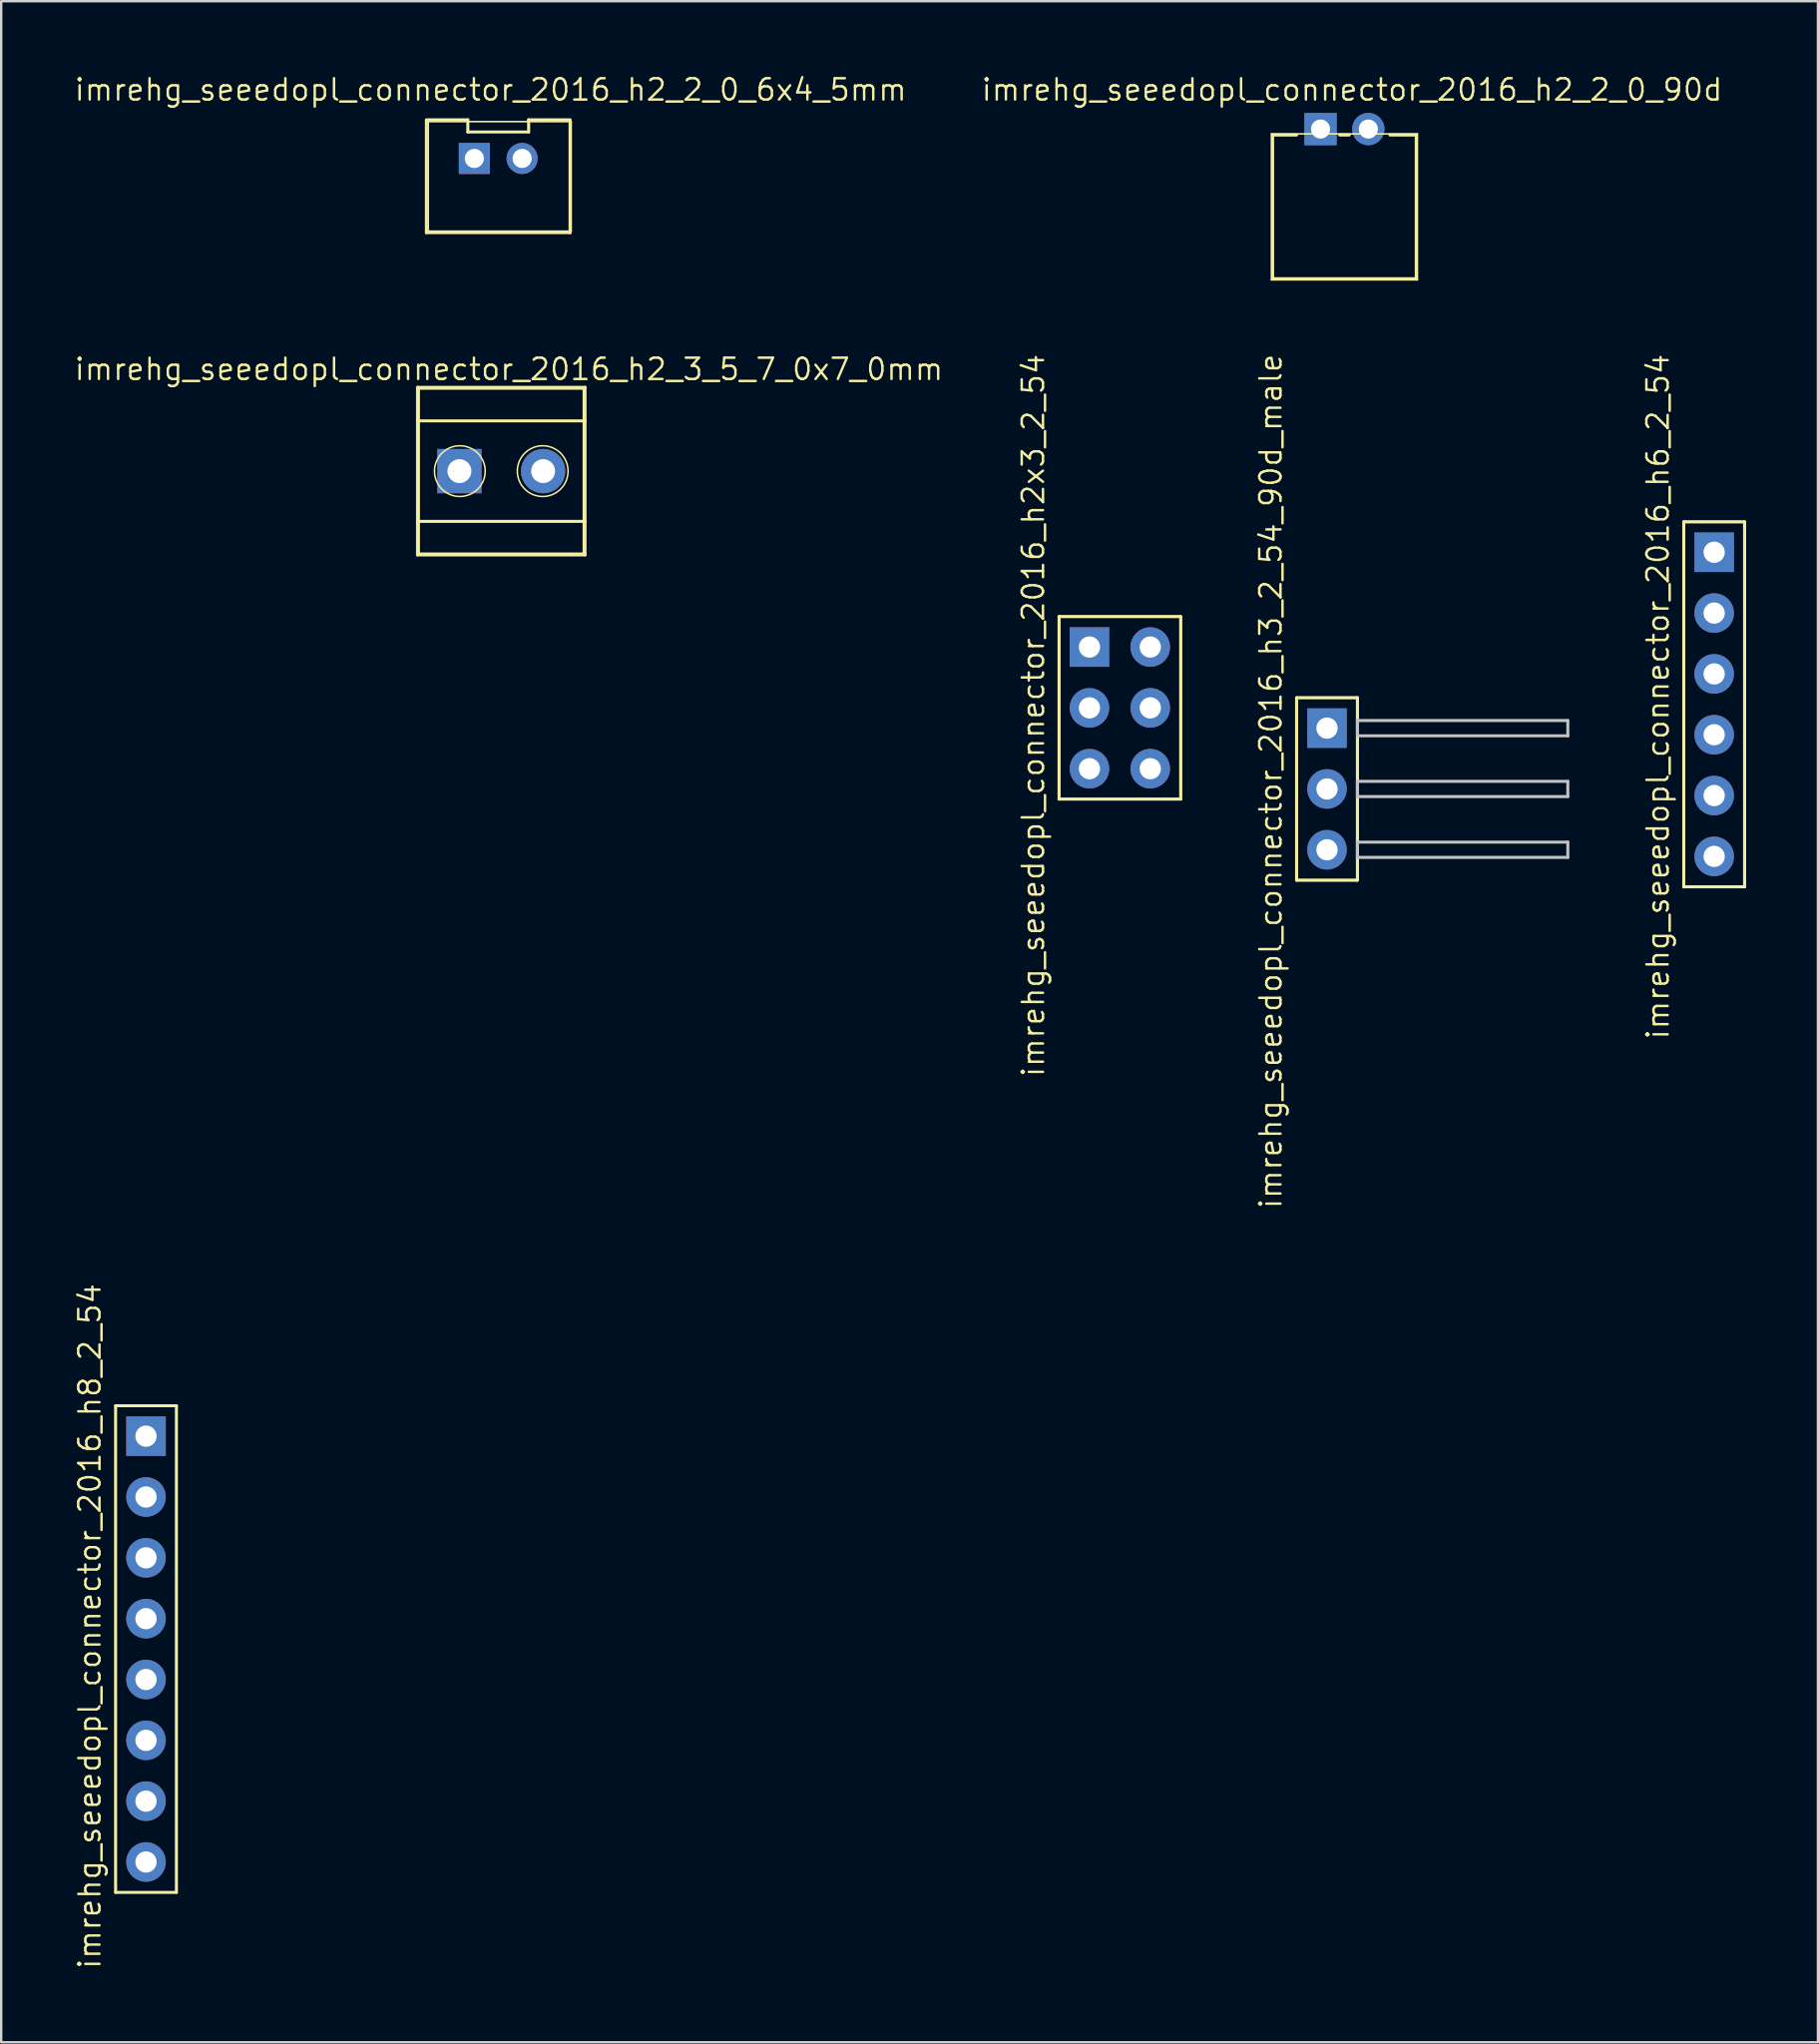
<source format=kicad_pcb>
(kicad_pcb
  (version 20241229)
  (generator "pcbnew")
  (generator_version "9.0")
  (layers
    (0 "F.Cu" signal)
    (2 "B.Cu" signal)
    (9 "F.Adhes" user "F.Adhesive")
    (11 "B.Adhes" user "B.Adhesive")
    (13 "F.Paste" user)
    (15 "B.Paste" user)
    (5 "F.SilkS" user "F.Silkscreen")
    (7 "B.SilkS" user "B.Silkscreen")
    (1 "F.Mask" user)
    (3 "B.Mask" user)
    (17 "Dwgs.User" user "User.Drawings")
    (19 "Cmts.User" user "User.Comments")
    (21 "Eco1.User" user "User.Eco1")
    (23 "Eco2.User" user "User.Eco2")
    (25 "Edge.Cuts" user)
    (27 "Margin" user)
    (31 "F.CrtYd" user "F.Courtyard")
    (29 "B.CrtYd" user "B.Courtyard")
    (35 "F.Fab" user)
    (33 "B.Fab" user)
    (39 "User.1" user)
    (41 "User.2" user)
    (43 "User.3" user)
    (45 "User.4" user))
  (footprint "imrehg_seeedopl_connector_2016_h2_3_5_7_0x7_0mm"
    (layer "F.Cu")
    (at 17.886 16.622)
    (property "Reference" "imrehg_seeedopl_connector_2016_h2_3_5_7_0x7_0mm" (at 0.318 -4.255 0) (layer "F.SilkS") (effects (font (size 0.889 0.889) (thickness 0.102))))
    (attr exclude_from_pos_files exclude_from_bom)
    (fp_line (start -3.498 -3.498) (end 3.498 -3.498) (stroke (width 0.127) (type solid)) (layer "F.SilkS"))
    (fp_line (start -3.498 -2.098) (end -3.498 -3.498) (stroke (width 0.127) (type solid)) (layer "F.SilkS"))
    (fp_line (start -3.498 -2.098) (end 3.498 -2.098) (stroke (width 0.127) (type solid)) (layer "F.SilkS"))
    (fp_line (start -3.498 2.098) (end -3.498 -2.098) (stroke (width 0.127) (type solid)) (layer "F.SilkS"))
    (fp_line (start -3.498 2.098) (end 3.498 2.098) (stroke (width 0.127) (type solid)) (layer "F.SilkS"))
    (fp_line (start -3.498 3.498) (end -3.498 2.098) (stroke (width 0.127) (type solid)) (layer "F.SilkS"))
    (fp_line (start -3.429 -3.429) (end 3.429 -3.429) (stroke (width 0.066) (type solid)) (layer "F.SilkS"))
    (fp_line (start -3.429 3.429) (end -3.429 -3.429) (stroke (width 0.066) (type solid)) (layer "F.SilkS"))
    (fp_line (start -3.429 3.429) (end 3.429 3.429) (stroke (width 0.066) (type solid)) (layer "F.SilkS"))
    (fp_line (start 3.429 3.429) (end 3.429 -3.429) (stroke (width 0.066) (type solid)) (layer "F.SilkS"))
    (fp_line (start 3.498 -3.498) (end 3.498 -2.098) (stroke (width 0.127) (type solid)) (layer "F.SilkS"))
    (fp_line (start 3.498 -2.098) (end 3.498 2.098) (stroke (width 0.127) (type solid)) (layer "F.SilkS"))
    (fp_line (start 3.498 2.098) (end 3.498 3.498) (stroke (width 0.127) (type solid)) (layer "F.SilkS"))
    (fp_line (start 3.498 3.498) (end -3.498 3.498) (stroke (width 0.127) (type solid)) (layer "F.SilkS"))
    (fp_circle (center -1.73 0) (end -2.479 0.749) (stroke (width 0.064) (type solid)) (fill no) (layer "F.SilkS"))
    (fp_circle (center 1.73 0) (end 2.479 0.749) (stroke (width 0.064) (type solid)) (fill no) (layer "F.SilkS"))
    (pad "1" thru_hole rect (at -1.748 0) (size 1.849 1.849) (drill 0.998) (layers "*.Cu" "*.Paste" "*.Mask"))
    (pad "2" thru_hole circle (at 1.748 0) (size 1.849 1.849) (drill 0.998) (layers "*.Cu" "*.Paste" "*.Mask")))
  (footprint "imrehg_seeedopl_connector_2016_h6_2_54"
    (layer "F.Cu")
    (at 68.543 26.359)
    (property "Reference" "imrehg_seeedopl_connector_2016_h6_2_54" (at -2.349 -0.318 90) (layer "F.SilkS") (effects (font (size 0.889 0.889) (thickness 0.102))))
    (attr exclude_from_pos_files exclude_from_bom)
    (fp_line (start -1.27 -7.62) (end 1.27 -7.62) (stroke (width 0.066) (type solid)) (layer "F.SilkS"))
    (fp_line (start -1.27 -7.62) (end 1.27 -7.62) (stroke (width 0.1) (type solid)) (layer "F.SilkS"))
    (fp_line (start -1.27 -7.62) (end 1.27 -7.62) (stroke (width 0.127) (type solid)) (layer "F.SilkS"))
    (fp_line (start -1.27 7.62) (end -1.27 -7.62) (stroke (width 0.066) (type solid)) (layer "F.SilkS"))
    (fp_line (start -1.27 7.62) (end -1.27 -7.62) (stroke (width 0.1) (type solid)) (layer "F.SilkS"))
    (fp_line (start -1.27 7.62) (end -1.27 -7.62) (stroke (width 0.127) (type solid)) (layer "F.SilkS"))
    (fp_line (start -1.27 7.62) (end 1.27 7.62) (stroke (width 0.066) (type solid)) (layer "F.SilkS"))
    (fp_line (start 1.27 -7.62) (end 1.27 7.62) (stroke (width 0.1) (type solid)) (layer "F.SilkS"))
    (fp_line (start 1.27 -7.62) (end 1.27 7.62) (stroke (width 0.127) (type solid)) (layer "F.SilkS"))
    (fp_line (start 1.27 7.62) (end -1.27 7.62) (stroke (width 0.1) (type solid)) (layer "F.SilkS"))
    (fp_line (start 1.27 7.62) (end -1.27 7.62) (stroke (width 0.127) (type solid)) (layer "F.SilkS"))
    (fp_line (start 1.27 7.62) (end 1.27 -7.62) (stroke (width 0.066) (type solid)) (layer "F.SilkS"))
    (pad "1" thru_hole rect (at 0 -6.35) (size 1.651 1.651) (drill 0.889) (layers "*.Cu" "*.Paste" "*.Mask"))
    (pad "2" thru_hole circle (at 0 -3.81) (size 1.651 1.651) (drill 0.889) (layers "*.Cu" "*.Paste" "*.Mask"))
    (pad "3" thru_hole circle (at 0 -1.27) (size 1.651 1.651) (drill 0.889) (layers "*.Cu" "*.Paste" "*.Mask"))
    (pad "4" thru_hole circle (at 0 1.27) (size 1.651 1.651) (drill 0.889) (layers "*.Cu" "*.Paste" "*.Mask"))
    (pad "5" thru_hole circle (at 0 3.81) (size 1.651 1.651) (drill 0.889) (layers "*.Cu" "*.Paste" "*.Mask"))
    (pad "6" thru_hole circle (at 0 6.35) (size 1.651 1.651) (drill 0.889) (layers "*.Cu" "*.Paste" "*.Mask")))
  (footprint "imrehg_seeedopl_connector_2016_h2x3_2_54"
    (layer "F.Cu")
    (at 43.722 26.507)
    (property "Reference" "imrehg_seeedopl_connector_2016_h2x3_2_54" (at -3.617 0.318 90) (layer "F.SilkS") (effects (font (size 0.889 0.889) (thickness 0.102))))
    (attr exclude_from_pos_files exclude_from_bom)
    (fp_line (start -2.54 -3.81) (end 2.54 -3.81) (stroke (width 0.066) (type solid)) (layer "F.SilkS"))
    (fp_line (start -2.54 -3.81) (end 2.54 -3.81) (stroke (width 0.1) (type solid)) (layer "F.SilkS"))
    (fp_line (start -2.54 -3.81) (end 2.54 -3.81) (stroke (width 0.127) (type solid)) (layer "F.SilkS"))
    (fp_line (start -2.54 3.81) (end -2.54 -3.81) (stroke (width 0.066) (type solid)) (layer "F.SilkS"))
    (fp_line (start -2.54 3.81) (end -2.54 -3.81) (stroke (width 0.1) (type solid)) (layer "F.SilkS"))
    (fp_line (start -2.54 3.81) (end -2.54 -3.81) (stroke (width 0.127) (type solid)) (layer "F.SilkS"))
    (fp_line (start -2.54 3.81) (end 2.54 3.81) (stroke (width 0.066) (type solid)) (layer "F.SilkS"))
    (fp_line (start 2.54 -3.81) (end 2.54 3.81) (stroke (width 0.1) (type solid)) (layer "F.SilkS"))
    (fp_line (start 2.54 -3.81) (end 2.54 3.81) (stroke (width 0.127) (type solid)) (layer "F.SilkS"))
    (fp_line (start 2.54 3.81) (end -2.54 3.81) (stroke (width 0.1) (type solid)) (layer "F.SilkS"))
    (fp_line (start 2.54 3.81) (end -2.54 3.81) (stroke (width 0.127) (type solid)) (layer "F.SilkS"))
    (fp_line (start 2.54 3.81) (end 2.54 -3.81) (stroke (width 0.066) (type solid)) (layer "F.SilkS"))
    (pad "1" thru_hole rect (at -1.27 -2.54) (size 1.651 1.651) (drill 0.889) (layers "*.Cu" "*.Paste" "*.Mask"))
    (pad "2" thru_hole circle (at -1.27 0) (size 1.651 1.651) (drill 0.889) (layers "*.Cu" "*.Paste" "*.Mask"))
    (pad "3" thru_hole circle (at -1.27 2.54) (size 1.651 1.651) (drill 0.889) (layers "*.Cu" "*.Paste" "*.Mask"))
    (pad "4" thru_hole circle (at 1.27 2.54) (size 1.651 1.651) (drill 0.889) (layers "*.Cu" "*.Paste" "*.Mask"))
    (pad "5" thru_hole circle (at 1.27 0) (size 1.651 1.651) (drill 0.889) (layers "*.Cu" "*.Paste" "*.Mask"))
    (pad "6" thru_hole circle (at 1.27 -2.54) (size 1.651 1.651) (drill 0.889) (layers "*.Cu" "*.Paste" "*.Mask")))
  (footprint "imrehg_seeedopl_connector_2016_h2_2_0_6x4_5mm"
    (layer "F.Cu")
    (at 17.759 4.315)
    (property "Reference" "imrehg_seeedopl_connector_2016_h2_2_0_6x4_5mm" (at -0.318 -3.617 0) (layer "F.SilkS") (effects (font (size 0.889 0.889) (thickness 0.102))))
    (attr exclude_from_pos_files exclude_from_bom)
    (fp_line (start -3 2.349) (end -3 -2.349) (stroke (width 0.127) (type solid)) (layer "F.SilkS"))
    (fp_line (start -2.997 -2.362) (end -1.27 -2.362) (stroke (width 0.127) (type solid)) (layer "F.SilkS"))
    (fp_line (start -2.921 -2.286) (end 3.048 -2.286) (stroke (width 0.066) (type solid)) (layer "F.SilkS"))
    (fp_line (start -2.921 2.286) (end -2.921 -2.286) (stroke (width 0.066) (type solid)) (layer "F.SilkS"))
    (fp_line (start -2.921 2.286) (end 3.048 2.286) (stroke (width 0.066) (type solid)) (layer "F.SilkS"))
    (fp_line (start -1.27 -2.362) (end -1.27 -1.854) (stroke (width 0.127) (type solid)) (layer "F.SilkS"))
    (fp_line (start -1.27 -1.854) (end 1.27 -1.854) (stroke (width 0.127) (type solid)) (layer "F.SilkS"))
    (fp_line (start 1.27 -1.854) (end 1.27 -2.362) (stroke (width 0.127) (type solid)) (layer "F.SilkS"))
    (fp_line (start 2.997 -2.362) (end 1.27 -2.362) (stroke (width 0.127) (type solid)) (layer "F.SilkS"))
    (fp_line (start 3 -2.349) (end 3 2.349) (stroke (width 0.127) (type solid)) (layer "F.SilkS"))
    (fp_line (start 3 2.349) (end -3 2.349) (stroke (width 0.127) (type solid)) (layer "F.SilkS"))
    (fp_line (start 3.048 2.286) (end 3.048 -2.286) (stroke (width 0.066) (type solid)) (layer "F.SilkS"))
    (pad "+" thru_hole rect (at -0.998 -0.749) (size 1.298 1.298) (drill 0.798) (layers "*.Cu" "*.Paste" "*.Mask"))
    (pad "-" thru_hole circle (at 0.998 -0.749) (size 1.298 1.298) (drill 0.798) (layers "*.Cu" "*.Paste" "*.Mask")))
  (footprint "imrehg_seeedopl_connector_2016_h3_2_54_90d_male"
    (layer "F.Cu")
    (at 52.373 29.893)
    (property "Reference" "imrehg_seeedopl_connector_2016_h3_2_54_90d_male" (at -2.349 -0.318 90) (layer "F.SilkS") (effects (font (size 0.889 0.889) (thickness 0.102))))
    (attr exclude_from_pos_files exclude_from_bom)
    (fp_line (start -1.27 -3.81) (end 1.27 -3.81) (stroke (width 0.066) (type solid)) (layer "F.SilkS"))
    (fp_line (start -1.27 -3.81) (end 1.27 -3.81) (stroke (width 0.1) (type solid)) (layer "F.SilkS"))
    (fp_line (start -1.27 -3.81) (end 1.27 -3.81) (stroke (width 0.127) (type solid)) (layer "F.SilkS"))
    (fp_line (start -1.27 3.81) (end -1.27 -3.81) (stroke (width 0.066) (type solid)) (layer "F.SilkS"))
    (fp_line (start -1.27 3.81) (end -1.27 -3.81) (stroke (width 0.1) (type solid)) (layer "F.SilkS"))
    (fp_line (start -1.27 3.81) (end -1.27 -3.81) (stroke (width 0.127) (type solid)) (layer "F.SilkS"))
    (fp_line (start -1.27 3.81) (end 1.27 3.81) (stroke (width 0.066) (type solid)) (layer "F.SilkS"))
    (fp_line (start 1.27 -3.81) (end 1.27 3.81) (stroke (width 0.1) (type solid)) (layer "F.SilkS"))
    (fp_line (start 1.27 -3.81) (end 1.27 3.81) (stroke (width 0.127) (type solid)) (layer "F.SilkS"))
    (fp_line (start 1.27 3.81) (end -1.27 3.81) (stroke (width 0.1) (type solid)) (layer "F.SilkS"))
    (fp_line (start 1.27 3.81) (end -1.27 3.81) (stroke (width 0.127) (type solid)) (layer "F.SilkS"))
    (fp_line (start 1.27 3.81) (end 1.27 -3.81) (stroke (width 0.066) (type solid)) (layer "F.SilkS"))
    (fp_line (start 1.27 -2.857) (end 1.27 -2.22) (stroke (width 0.127) (type solid)) (layer "Dwgs.User"))
    (fp_line (start 1.27 -2.22) (end 10.058 -2.22) (stroke (width 0.127) (type solid)) (layer "Dwgs.User"))
    (fp_line (start 1.27 -0.318) (end 1.27 0.318) (stroke (width 0.127) (type solid)) (layer "Dwgs.User"))
    (fp_line (start 1.27 0.318) (end 10.058 0.318) (stroke (width 0.127) (type solid)) (layer "Dwgs.User"))
    (fp_line (start 1.27 2.22) (end 1.27 2.857) (stroke (width 0.127) (type solid)) (layer "Dwgs.User"))
    (fp_line (start 1.27 2.857) (end 10.058 2.857) (stroke (width 0.127) (type solid)) (layer "Dwgs.User"))
    (fp_line (start 10.058 -2.857) (end 1.27 -2.857) (stroke (width 0.127) (type solid)) (layer "Dwgs.User"))
    (fp_line (start 10.058 -2.857) (end 10.058 -2.22) (stroke (width 0.127) (type solid)) (layer "Dwgs.User"))
    (fp_line (start 10.058 -0.318) (end 1.27 -0.318) (stroke (width 0.127) (type solid)) (layer "Dwgs.User"))
    (fp_line (start 10.058 -0.318) (end 10.058 0.318) (stroke (width 0.127) (type solid)) (layer "Dwgs.User"))
    (fp_line (start 10.058 2.22) (end 1.27 2.22) (stroke (width 0.127) (type solid)) (layer "Dwgs.User"))
    (fp_line (start 10.058 2.22) (end 10.058 2.857) (stroke (width 0.127) (type solid)) (layer "Dwgs.User"))
    (pad "1" thru_hole rect (at 0 -2.54) (size 1.651 1.651) (drill 0.889) (layers "*.Cu" "*.Paste" "*.Mask"))
    (pad "2" thru_hole circle (at 0 0) (size 1.651 1.651) (drill 0.889) (layers "*.Cu" "*.Paste" "*.Mask"))
    (pad "3" thru_hole circle (at 0 2.54) (size 1.651 1.651) (drill 0.889) (layers "*.Cu" "*.Paste" "*.Mask")))
  (footprint "imrehg_seeedopl_connector_2016_h8_2_54"
    (layer "F.Cu")
    (at 3.048 65.808)
    (property "Reference" "imrehg_seeedopl_connector_2016_h8_2_54" (at -2.349 -0.953 90) (layer "F.SilkS") (effects (font (size 0.889 0.889) (thickness 0.102))))
    (attr exclude_from_pos_files exclude_from_bom)
    (fp_line (start -1.27 -10.16) (end 1.27 -10.16) (stroke (width 0.066) (type solid)) (layer "F.SilkS"))
    (fp_line (start -1.27 -10.16) (end 1.27 -10.16) (stroke (width 0.127) (type solid)) (layer "F.SilkS"))
    (fp_line (start -1.27 10.16) (end -1.27 -10.16) (stroke (width 0.066) (type solid)) (layer "F.SilkS"))
    (fp_line (start -1.27 10.16) (end -1.27 -10.16) (stroke (width 0.127) (type solid)) (layer "F.SilkS"))
    (fp_line (start -1.27 10.16) (end 1.27 10.16) (stroke (width 0.066) (type solid)) (layer "F.SilkS"))
    (fp_line (start 1.27 -10.16) (end 1.27 10.16) (stroke (width 0.127) (type solid)) (layer "F.SilkS"))
    (fp_line (start 1.27 10.16) (end -1.27 10.16) (stroke (width 0.127) (type solid)) (layer "F.SilkS"))
    (fp_line (start 1.27 10.16) (end 1.27 -10.16) (stroke (width 0.066) (type solid)) (layer "F.SilkS"))
    (pad "1" thru_hole rect (at 0 -8.89) (size 1.651 1.651) (drill 0.889) (layers "*.Cu" "*.Paste" "*.Mask"))
    (pad "2" thru_hole circle (at 0 -6.35) (size 1.651 1.651) (drill 0.889) (layers "*.Cu" "*.Paste" "*.Mask"))
    (pad "3" thru_hole circle (at 0 -3.81) (size 1.651 1.651) (drill 0.889) (layers "*.Cu" "*.Paste" "*.Mask"))
    (pad "4" thru_hole circle (at 0 -1.27) (size 1.651 1.651) (drill 0.889) (layers "*.Cu" "*.Paste" "*.Mask"))
    (pad "5" thru_hole circle (at 0 1.27) (size 1.651 1.651) (drill 0.889) (layers "*.Cu" "*.Paste" "*.Mask"))
    (pad "6" thru_hole circle (at 0 3.81) (size 1.651 1.651) (drill 0.889) (layers "*.Cu" "*.Paste" "*.Mask"))
    (pad "7" thru_hole circle (at 0 6.35) (size 1.651 1.651) (drill 0.889) (layers "*.Cu" "*.Paste" "*.Mask"))
    (pad "8" thru_hole circle (at 0 8.89) (size 1.651 1.651) (drill 0.889) (layers "*.Cu" "*.Paste" "*.Mask")))
  (footprint "imrehg_seeedopl_connector_2016_h2_2_0_90d"
    (layer "F.Cu")
    (at 53.101 5.588)
    (property "Reference" "imrehg_seeedopl_connector_2016_h2_2_0_90d" (at 0.318 -4.889 0) (layer "F.SilkS") (effects (font (size 0.889 0.889) (thickness 0.102))))
    (attr exclude_from_pos_files exclude_from_bom)
    (fp_line (start -3.048 -3.048) (end 3.048 -3.048) (stroke (width 0.066) (type solid)) (layer "F.SilkS"))
    (fp_line (start -3.048 3.048) (end -3.048 -3.048) (stroke (width 0.066) (type solid)) (layer "F.SilkS"))
    (fp_line (start -3.048 3.048) (end 3.048 3.048) (stroke (width 0.066) (type solid)) (layer "F.SilkS"))
    (fp_line (start -3 -3) (end -1.999 -3) (stroke (width 0.127) (type solid)) (layer "F.SilkS"))
    (fp_line (start -3 3) (end -3 -3) (stroke (width 0.127) (type solid)) (layer "F.SilkS"))
    (fp_line (start -0.198 -3) (end 0.198 -3) (stroke (width 0.127) (type solid)) (layer "F.SilkS"))
    (fp_line (start 1.9 -3) (end 3 -3) (stroke (width 0.127) (type solid)) (layer "F.SilkS"))
    (fp_line (start 3 -3) (end 3 3) (stroke (width 0.127) (type solid)) (layer "F.SilkS"))
    (fp_line (start 3 3) (end -3 3) (stroke (width 0.127) (type solid)) (layer "F.SilkS"))
    (fp_line (start 3.048 3.048) (end 3.048 -3.048) (stroke (width 0.066) (type solid)) (layer "F.SilkS"))
    (pad "+" thru_hole rect (at -0.998 -3.249) (size 1.349 1.349) (drill 0.798) (layers "*.Cu" "*.Paste" "*.Mask"))
    (pad "-" thru_hole circle (at 0.998 -3.249) (size 1.349 1.349) (drill 0.798) (layers "*.Cu" "*.Paste" "*.Mask")))
  (gr_rect
    (start -3 -3)
    (end 72.877 82.227)
    (stroke (width 0.1) (type default))
    (fill no)
    (layer "Edge.Cuts")))
</source>
